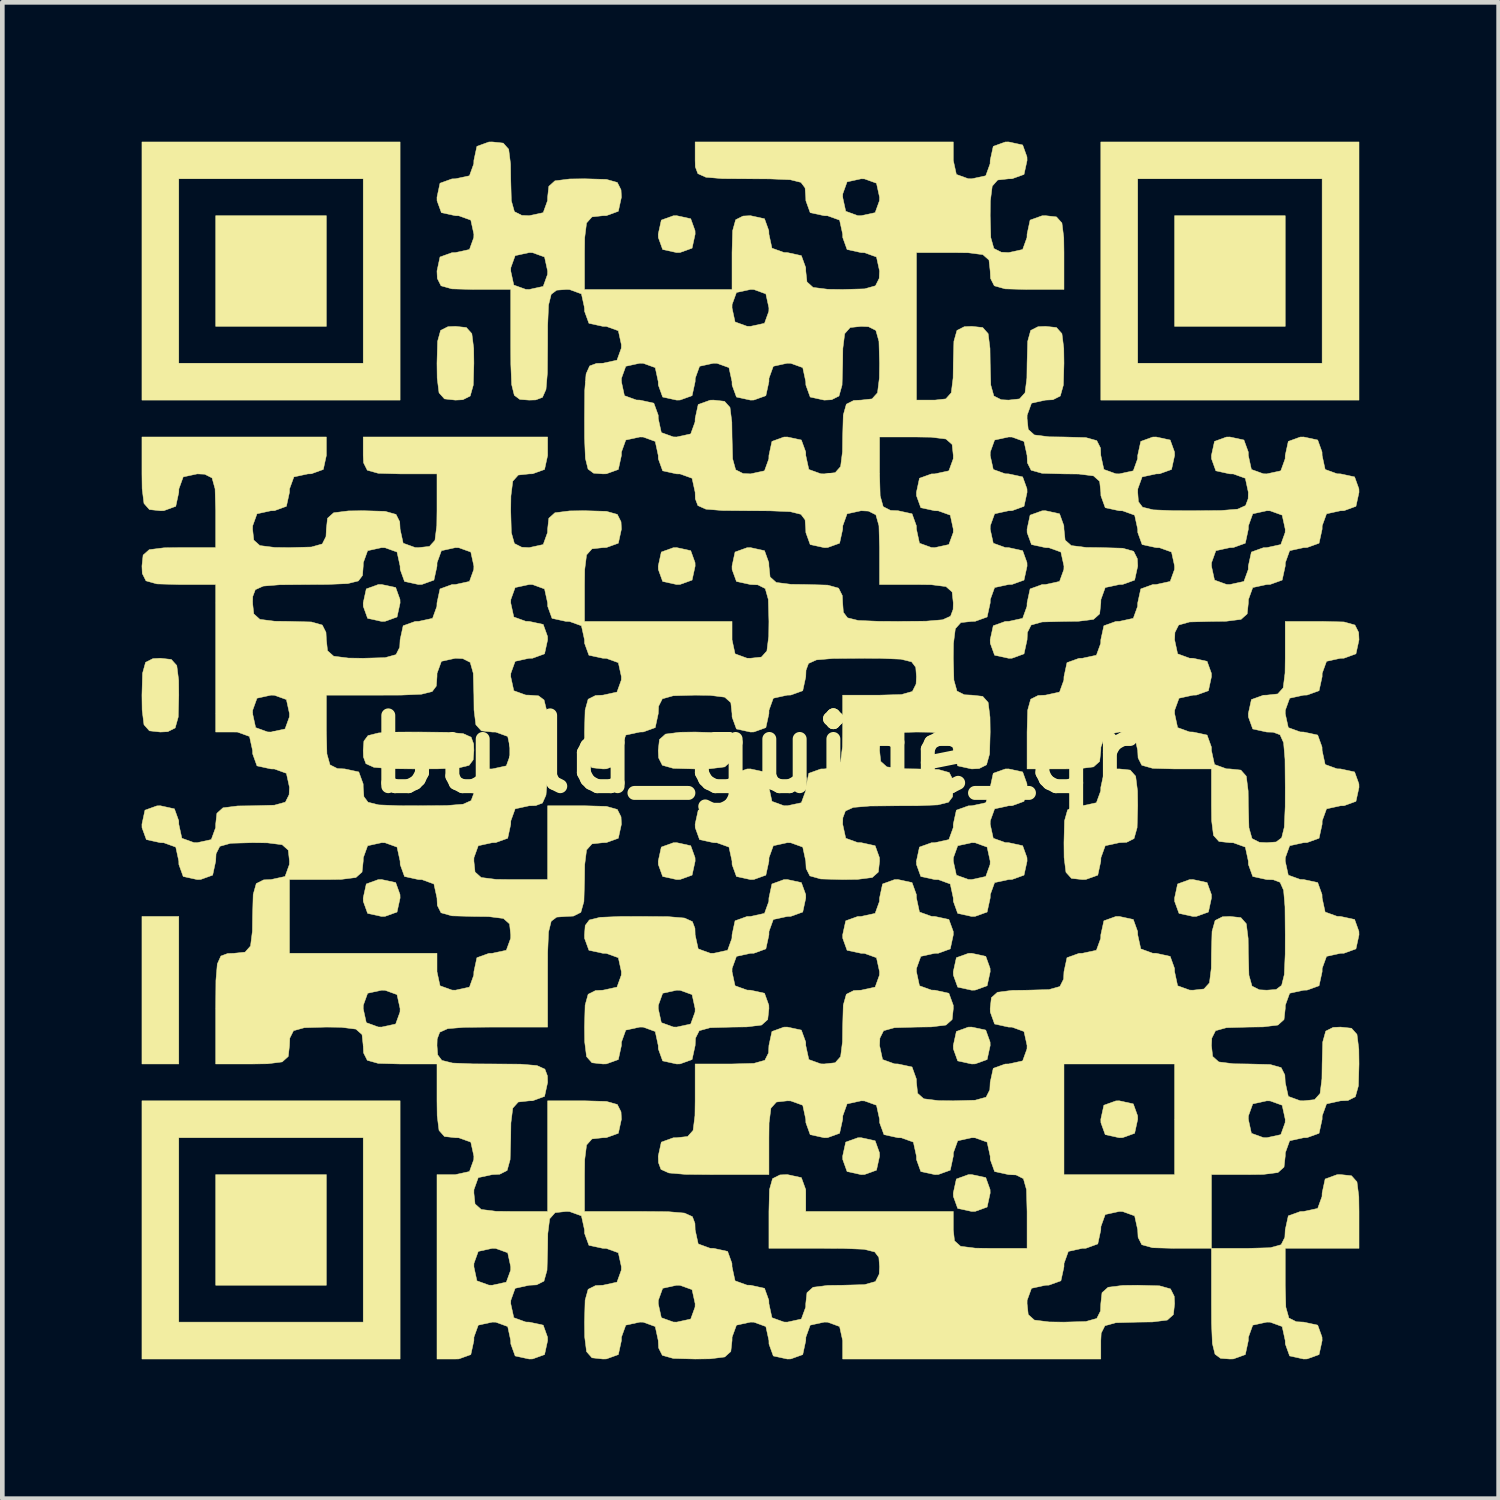
<source format=kicad_pcb>
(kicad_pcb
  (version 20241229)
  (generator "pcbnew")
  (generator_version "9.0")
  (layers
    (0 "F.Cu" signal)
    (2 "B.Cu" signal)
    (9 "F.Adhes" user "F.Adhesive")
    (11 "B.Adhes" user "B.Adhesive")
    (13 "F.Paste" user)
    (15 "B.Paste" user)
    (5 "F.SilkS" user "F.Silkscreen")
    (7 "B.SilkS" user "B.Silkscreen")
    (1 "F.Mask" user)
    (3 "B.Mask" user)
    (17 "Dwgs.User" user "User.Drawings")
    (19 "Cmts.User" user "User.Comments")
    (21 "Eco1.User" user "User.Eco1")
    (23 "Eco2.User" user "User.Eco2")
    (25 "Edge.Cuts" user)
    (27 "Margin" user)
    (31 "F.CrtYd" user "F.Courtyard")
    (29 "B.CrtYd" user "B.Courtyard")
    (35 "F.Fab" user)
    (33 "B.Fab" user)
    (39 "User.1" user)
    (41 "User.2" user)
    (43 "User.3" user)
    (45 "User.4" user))
  (footprint "build_guide_qr"
    (layer "F.Cu")
    (at 13.181 13.181)
    (property "Reference" "build_guide_qr" (at 0 0 0) (layer "F.SilkS") (effects (font (size 1.524 1.524) (thickness 0.3))))
    (attr through_hole)
    (fp_poly (pts (xy -12.383 6.668) (xy -13.176 6.668) (xy -13.176 3.493) (xy -12.383 3.493) (xy -12.383 6.668)) (stroke (width 0.01) (type solid)) (fill yes) (layer "F.SilkS"))
    (fp_poly (pts (xy -9.207 -9.207) (xy -11.589 -9.207) (xy -11.589 -11.589) (xy -9.207 -11.589) (xy -9.207 -9.207)) (stroke (width 0.01) (type solid)) (fill yes) (layer "F.SilkS"))
    (fp_poly (pts (xy -9.207 11.43) (xy -11.589 11.43) (xy -11.589 9.049) (xy -9.207 9.049) (xy -9.207 11.43)) (stroke (width 0.01) (type solid)) (fill yes) (layer "F.SilkS"))
    (fp_poly (pts (xy 11.43 -9.207) (xy 9.049 -9.207) (xy 9.049 -11.589) (xy 11.43 -11.589) (xy 11.43 -9.207)) (stroke (width 0.01) (type solid)) (fill yes) (layer "F.SilkS"))
    (fp_poly (pts (xy -7.62 -7.62) (xy -13.176 -7.62) (xy -13.176 -12.383) (xy -12.383 -12.383) (xy -12.383 -8.414) (xy -8.414 -8.414) (xy -8.414 -12.383) (xy -12.383 -12.383) (xy -13.176 -12.383) (xy -13.176 -13.176) (xy -7.62 -13.176) (xy -7.62 -7.62)) (stroke (width 0.01) (type solid)) (fill yes) (layer "F.SilkS"))
    (fp_poly (pts (xy -7.62 13.018) (xy -13.176 13.018) (xy -13.176 8.255) (xy -12.383 8.255) (xy -12.383 12.224) (xy -8.414 12.224) (xy -8.414 8.255) (xy -12.383 8.255) (xy -13.176 8.255) (xy -13.176 7.461) (xy -7.62 7.461) (xy -7.62 13.018)) (stroke (width 0.01) (type solid)) (fill yes) (layer "F.SilkS"))
    (fp_poly (pts (xy 13.018 -7.62) (xy 7.461 -7.62) (xy 7.461 -12.383) (xy 8.255 -12.383) (xy 8.255 -8.414) (xy 12.224 -8.414) (xy 12.224 -12.383) (xy 8.255 -12.383) (xy 7.461 -12.383) (xy 7.461 -13.176) (xy 13.018 -13.176) (xy 13.018 -7.62)) (stroke (width 0.01) (type solid)) (fill yes) (layer "F.SilkS"))
    (fp_poly (pts (xy -7.715 -3.586) (xy -7.622 -3.328) (xy -7.62 -3.254) (xy -7.686 -2.952) (xy -7.944 -2.859) (xy -8.017 -2.857) (xy -8.319 -2.923) (xy -8.412 -3.181) (xy -8.414 -3.254) (xy -8.348 -3.556) (xy -8.09 -3.65) (xy -8.017 -3.651) (xy -7.715 -3.586)) (stroke (width 0.01) (type solid)) (fill yes) (layer "F.SilkS"))
    (fp_poly (pts (xy -7.715 2.764) (xy -7.622 3.022) (xy -7.62 3.096) (xy -7.686 3.398) (xy -7.944 3.491) (xy -8.017 3.493) (xy -8.319 3.427) (xy -8.412 3.169) (xy -8.414 3.096) (xy -8.348 2.794) (xy -8.09 2.7) (xy -8.017 2.699) (xy -7.715 2.764)) (stroke (width 0.01) (type solid)) (fill yes) (layer "F.SilkS"))
    (fp_poly (pts (xy -1.365 -11.523) (xy -1.272 -11.265) (xy -1.27 -11.192) (xy -1.336 -10.89) (xy -1.594 -10.797) (xy -1.667 -10.795) (xy -1.969 -10.861) (xy -2.062 -11.119) (xy -2.064 -11.192) (xy -1.998 -11.494) (xy -1.74 -11.587) (xy -1.667 -11.589) (xy -1.365 -11.523)) (stroke (width 0.01) (type solid)) (fill yes) (layer "F.SilkS"))
    (fp_poly (pts (xy -1.365 -4.379) (xy -1.272 -4.121) (xy -1.27 -4.048) (xy -1.336 -3.746) (xy -1.594 -3.653) (xy -1.667 -3.651) (xy -1.969 -3.717) (xy -2.062 -3.975) (xy -2.064 -4.048) (xy -1.998 -4.35) (xy -1.74 -4.443) (xy -1.667 -4.445) (xy -1.365 -4.379)) (stroke (width 0.01) (type solid)) (fill yes) (layer "F.SilkS"))
    (fp_poly (pts (xy -1.365 1.971) (xy -1.272 2.229) (xy -1.27 2.302) (xy -1.336 2.604) (xy -1.594 2.697) (xy -1.667 2.699) (xy -1.969 2.633) (xy -2.062 2.375) (xy -2.064 2.302) (xy -1.998 2) (xy -1.74 1.907) (xy -1.667 1.905) (xy -1.365 1.971)) (stroke (width 0.01) (type solid)) (fill yes) (layer "F.SilkS"))
    (fp_poly (pts (xy 2.604 8.321) (xy 2.697 8.579) (xy 2.699 8.652) (xy 2.633 8.954) (xy 2.375 9.047) (xy 2.302 9.049) (xy 2 8.983) (xy 1.907 8.725) (xy 1.905 8.652) (xy 1.971 8.35) (xy 2.229 8.257) (xy 2.302 8.255) (xy 2.604 8.321)) (stroke (width 0.01) (type solid)) (fill yes) (layer "F.SilkS"))
    (fp_poly (pts (xy 4.985 4.352) (xy 5.078 4.61) (xy 5.08 4.683) (xy 5.014 4.985) (xy 4.756 5.078) (xy 4.683 5.08) (xy 4.381 5.014) (xy 4.288 4.756) (xy 4.286 4.683) (xy 4.352 4.381) (xy 4.61 4.288) (xy 4.683 4.286) (xy 4.985 4.352)) (stroke (width 0.01) (type solid)) (fill yes) (layer "F.SilkS"))
    (fp_poly (pts (xy 4.985 5.939) (xy 5.078 6.197) (xy 5.08 6.271) (xy 5.014 6.573) (xy 4.756 6.666) (xy 4.683 6.668) (xy 4.381 6.602) (xy 4.288 6.344) (xy 4.286 6.271) (xy 4.352 5.969) (xy 4.61 5.875) (xy 4.683 5.874) (xy 4.985 5.939)) (stroke (width 0.01) (type solid)) (fill yes) (layer "F.SilkS"))
    (fp_poly (pts (xy 4.985 9.114) (xy 5.078 9.372) (xy 5.08 9.446) (xy 5.014 9.748) (xy 4.756 9.841) (xy 4.683 9.842) (xy 4.381 9.777) (xy 4.288 9.519) (xy 4.286 9.446) (xy 4.352 9.144) (xy 4.61 9.05) (xy 4.683 9.049) (xy 4.985 9.114)) (stroke (width 0.01) (type solid)) (fill yes) (layer "F.SilkS"))
    (fp_poly (pts (xy 8.16 7.527) (xy 8.253 7.785) (xy 8.255 7.858) (xy 8.189 8.16) (xy 7.931 8.253) (xy 7.858 8.255) (xy 7.556 8.189) (xy 7.463 7.931) (xy 7.461 7.858) (xy 7.527 7.556) (xy 7.785 7.463) (xy 7.858 7.461) (xy 8.16 7.527)) (stroke (width 0.01) (type solid)) (fill yes) (layer "F.SilkS"))
    (fp_poly (pts (xy 9.748 2.764) (xy 9.841 3.022) (xy 9.842 3.096) (xy 9.777 3.398) (xy 9.519 3.491) (xy 9.446 3.493) (xy 9.144 3.427) (xy 9.05 3.169) (xy 9.049 3.096) (xy 9.114 2.794) (xy 9.372 2.7) (xy 9.446 2.699) (xy 9.748 2.764)) (stroke (width 0.01) (type solid)) (fill yes) (layer "F.SilkS"))
    (fp_poly (pts (xy -12.544 -2.038) (xy -12.426 -1.907) (xy -12.386 -1.589) (xy -12.383 -1.27) (xy -12.395 -0.799) (xy -12.461 -0.564) (xy -12.62 -0.484) (xy -12.779 -0.476) (xy -13.015 -0.502) (xy -13.132 -0.633) (xy -13.172 -0.951) (xy -13.176 -1.27) (xy -13.163 -1.741) (xy -13.098 -1.976) (xy -12.939 -2.056) (xy -12.779 -2.064) (xy -12.544 -2.038)) (stroke (width 0.01) (type solid)) (fill yes) (layer "F.SilkS"))
    (fp_poly (pts (xy -6.194 -9.182) (xy -6.076 -9.05) (xy -6.036 -8.732) (xy -6.032 -8.414) (xy -6.045 -7.943) (xy -6.111 -7.708) (xy -6.27 -7.628) (xy -6.429 -7.62) (xy -6.665 -7.646) (xy -6.782 -7.777) (xy -6.822 -8.095) (xy -6.826 -8.414) (xy -6.813 -8.885) (xy -6.748 -9.12) (xy -6.589 -9.2) (xy -6.429 -9.207) (xy -6.194 -9.182)) (stroke (width 0.01) (type solid)) (fill yes) (layer "F.SilkS"))
    (fp_poly (pts (xy -0.799 -0.463) (xy -0.564 -0.398) (xy -0.484 -0.239) (xy -0.476 -0.079) (xy -0.502 0.156) (xy -0.633 0.274) (xy -0.951 0.314) (xy -1.27 0.318) (xy -1.741 0.305) (xy -1.976 0.239) (xy -2.056 0.08) (xy -2.064 -0.079) (xy -2.038 -0.315) (xy -1.907 -0.432) (xy -1.589 -0.472) (xy -1.27 -0.476) (xy -0.799 -0.463)) (stroke (width 0.01) (type solid)) (fill yes) (layer "F.SilkS"))
    (fp_poly (pts (xy -6.618 -0.471) (xy -6.263 -0.442) (xy -6.091 -0.365) (xy -6.037 -0.219) (xy -6.032 -0.079) (xy -6.047 0.122) (xy -6.136 0.241) (xy -6.367 0.298) (xy -6.805 0.316) (xy -7.223 0.318) (xy -7.829 0.313) (xy -8.184 0.283) (xy -8.355 0.206) (xy -8.409 0.06) (xy -8.414 -0.079) (xy -8.399 -0.281) (xy -8.31 -0.4) (xy -8.08 -0.457) (xy -7.641 -0.475) (xy -7.223 -0.476) (xy -6.618 -0.471)) (stroke (width 0.01) (type solid)) (fill yes) (layer "F.SilkS"))
    (fp_poly (pts (xy 8.094 0.343) (xy 8.211 0.475) (xy 8.251 0.793) (xy 8.255 1.111) (xy 8.242 1.582) (xy 8.176 1.817) (xy 8.017 1.897) (xy 7.858 1.905) (xy 7.556 1.971) (xy 7.463 2.229) (xy 7.461 2.302) (xy 7.396 2.604) (xy 7.138 2.697) (xy 7.064 2.699) (xy 6.829 2.673) (xy 6.711 2.542) (xy 6.671 2.224) (xy 6.668 1.905) (xy 6.68 1.434) (xy 6.746 1.199) (xy 6.905 1.119) (xy 7.064 1.111) (xy 7.366 1.046) (xy 7.46 0.788) (xy 7.461 0.714) (xy 7.527 0.412) (xy 7.785 0.319) (xy 7.858 0.318) (xy 8.094 0.343)) (stroke (width 0.01) (type solid)) (fill yes) (layer "F.SilkS"))
    (fp_poly (pts (xy 12.856 9.074) (xy 12.974 9.206) (xy 13.014 9.524) (xy 13.018 9.842) (xy 13.018 10.636) (xy 11.43 10.636) (xy 11.43 11.43) (xy 11.443 11.901) (xy 11.509 12.136) (xy 11.668 12.216) (xy 11.827 12.224) (xy 12.129 12.289) (xy 12.222 12.547) (xy 12.224 12.621) (xy 12.158 12.923) (xy 11.9 13.016) (xy 11.827 13.018) (xy 11.525 12.952) (xy 11.432 12.694) (xy 11.43 12.621) (xy 11.364 12.319) (xy 11.106 12.225) (xy 11.033 12.224) (xy 10.731 12.289) (xy 10.638 12.547) (xy 10.636 12.621) (xy 10.571 12.923) (xy 10.313 13.016) (xy 10.239 13.018) (xy 10.038 13.003) (xy 9.919 12.914) (xy 9.862 12.683) (xy 9.844 12.245) (xy 9.842 11.827) (xy 9.842 10.636) (xy 10.636 10.636) (xy 11.107 10.623) (xy 11.342 10.558) (xy 11.422 10.399) (xy 11.43 10.239) (xy 11.496 9.937) (xy 11.754 9.844) (xy 11.827 9.842) (xy 12.129 9.777) (xy 12.222 9.519) (xy 12.224 9.446) (xy 12.289 9.144) (xy 12.547 9.05) (xy 12.621 9.049) (xy 12.856 9.074)) (stroke (width 0.01) (type solid)) (fill yes) (layer "F.SilkS"))
    (fp_poly (pts (xy 6.573 -5.173) (xy 6.666 -4.915) (xy 6.668 -4.842) (xy 6.693 -4.606) (xy 6.825 -4.489) (xy 7.143 -4.449) (xy 7.461 -4.445) (xy 7.932 -4.432) (xy 8.167 -4.366) (xy 8.247 -4.207) (xy 8.255 -4.048) (xy 8.189 -3.746) (xy 7.931 -3.653) (xy 7.858 -3.651) (xy 7.556 -3.586) (xy 7.463 -3.328) (xy 7.461 -3.254) (xy 7.436 -3.019) (xy 7.304 -2.901) (xy 6.986 -2.861) (xy 6.668 -2.857) (xy 6.196 -2.845) (xy 5.961 -2.779) (xy 5.881 -2.62) (xy 5.874 -2.461) (xy 5.808 -2.159) (xy 5.55 -2.065) (xy 5.477 -2.064) (xy 5.175 -2.129) (xy 5.082 -2.387) (xy 5.08 -2.461) (xy 5.146 -2.763) (xy 5.404 -2.856) (xy 5.477 -2.857) (xy 5.779 -2.923) (xy 5.872 -3.181) (xy 5.874 -3.254) (xy 5.939 -3.556) (xy 6.197 -3.65) (xy 6.271 -3.651) (xy 6.573 -3.717) (xy 6.666 -3.975) (xy 6.668 -4.048) (xy 6.602 -4.35) (xy 6.344 -4.443) (xy 6.271 -4.445) (xy 5.969 -4.511) (xy 5.875 -4.769) (xy 5.874 -4.842) (xy 5.939 -5.144) (xy 6.197 -5.237) (xy 6.271 -5.239) (xy 6.573 -5.173)) (stroke (width 0.01) (type solid)) (fill yes) (layer "F.SilkS"))
    (fp_poly (pts (xy 5.779 0.383) (xy 5.872 0.641) (xy 5.874 0.714) (xy 5.808 1.016) (xy 5.55 1.11) (xy 5.477 1.111) (xy 5.175 1.177) (xy 5.082 1.435) (xy 5.08 1.508) (xy 5.146 1.81) (xy 5.404 1.903) (xy 5.477 1.905) (xy 5.779 1.971) (xy 5.872 2.229) (xy 5.874 2.302) (xy 5.808 2.604) (xy 5.55 2.697) (xy 5.477 2.699) (xy 5.175 2.764) (xy 5.082 3.022) (xy 5.08 3.096) (xy 5.014 3.398) (xy 4.756 3.491) (xy 4.683 3.493) (xy 4.381 3.427) (xy 4.288 3.169) (xy 4.286 3.096) (xy 4.221 2.794) (xy 3.963 2.7) (xy 3.889 2.699) (xy 3.587 2.633) (xy 3.494 2.375) (xy 3.493 2.302) (xy 4.286 2.302) (xy 4.352 2.604) (xy 4.61 2.697) (xy 4.683 2.699) (xy 4.985 2.633) (xy 5.078 2.375) (xy 5.08 2.302) (xy 5.014 2) (xy 4.756 1.907) (xy 4.683 1.905) (xy 4.381 1.971) (xy 4.288 2.229) (xy 4.286 2.302) (xy 3.493 2.302) (xy 3.558 2) (xy 3.816 1.907) (xy 3.889 1.905) (xy 4.191 1.839) (xy 4.285 1.581) (xy 4.286 1.508) (xy 4.352 1.206) (xy 4.61 1.113) (xy 4.683 1.111) (xy 4.985 1.046) (xy 5.078 0.788) (xy 5.08 0.714) (xy 5.146 0.412) (xy 5.404 0.319) (xy 5.477 0.318) (xy 5.779 0.383)) (stroke (width 0.01) (type solid)) (fill yes) (layer "F.SilkS"))
    (fp_poly (pts (xy 1.016 2.764) (xy 1.11 3.022) (xy 1.111 3.096) (xy 1.046 3.398) (xy 0.788 3.491) (xy 0.714 3.493) (xy 0.412 3.558) (xy 0.319 3.816) (xy 0.318 3.889) (xy 0.252 4.191) (xy -0.006 4.285) (xy -0.079 4.286) (xy -0.381 4.352) (xy -0.475 4.61) (xy -0.476 4.683) (xy -0.411 4.985) (xy -0.153 5.078) (xy -0.079 5.08) (xy 0.223 5.146) (xy 0.316 5.404) (xy 0.318 5.477) (xy 0.292 5.712) (xy 0.16 5.83) (xy -0.158 5.87) (xy -0.476 5.874) (xy -0.947 5.887) (xy -1.182 5.952) (xy -1.262 6.111) (xy -1.27 6.271) (xy -1.336 6.573) (xy -1.594 6.666) (xy -1.667 6.668) (xy -1.969 6.602) (xy -2.062 6.344) (xy -2.064 6.271) (xy -2.129 5.969) (xy -2.387 5.875) (xy -2.461 5.874) (xy -2.763 5.939) (xy -2.856 6.197) (xy -2.857 6.271) (xy -2.923 6.573) (xy -3.181 6.666) (xy -3.254 6.668) (xy -3.49 6.642) (xy -3.607 6.51) (xy -3.647 6.192) (xy -3.651 5.874) (xy -3.64 5.477) (xy -2.064 5.477) (xy -1.998 5.779) (xy -1.74 5.872) (xy -1.667 5.874) (xy -1.365 5.808) (xy -1.272 5.55) (xy -1.27 5.477) (xy -1.336 5.175) (xy -1.594 5.082) (xy -1.667 5.08) (xy -1.969 5.146) (xy -2.062 5.404) (xy -2.064 5.477) (xy -3.64 5.477) (xy -3.638 5.403) (xy -3.573 5.168) (xy -3.414 5.088) (xy -3.254 5.08) (xy -2.952 5.014) (xy -2.859 4.756) (xy -2.857 4.683) (xy -2.923 4.381) (xy -3.181 4.288) (xy -3.254 4.286) (xy -3.556 4.221) (xy -3.65 3.963) (xy -3.651 3.889) (xy -3.636 3.688) (xy -3.547 3.569) (xy -3.317 3.512) (xy -2.879 3.494) (xy -2.461 3.493) (xy -1.855 3.497) (xy -1.5 3.527) (xy -1.329 3.604) (xy -1.274 3.75) (xy -1.27 3.889) (xy -1.204 4.191) (xy -0.946 4.285) (xy -0.873 4.286) (xy -0.571 4.221) (xy -0.478 3.963) (xy -0.476 3.889) (xy -0.411 3.587) (xy -0.153 3.494) (xy -0.079 3.493) (xy 0.223 3.427) (xy 0.316 3.169) (xy 0.318 3.096) (xy 0.383 2.794) (xy 0.641 2.7) (xy 0.714 2.699) (xy 1.016 2.764)) (stroke (width 0.01) (type solid)) (fill yes) (layer "F.SilkS"))
    (fp_poly (pts (xy 4.286 -12.779) (xy 4.352 -12.477) (xy 4.61 -12.384) (xy 4.683 -12.383) (xy 4.985 -12.448) (xy 5.078 -12.706) (xy 5.08 -12.779) (xy 5.146 -13.081) (xy 5.404 -13.175) (xy 5.477 -13.176) (xy 5.779 -13.111) (xy 5.872 -12.853) (xy 5.874 -12.779) (xy 5.808 -12.477) (xy 5.55 -12.384) (xy 5.477 -12.383) (xy 5.241 -12.357) (xy 5.124 -12.225) (xy 5.084 -11.907) (xy 5.08 -11.589) (xy 5.093 -11.118) (xy 5.159 -10.883) (xy 5.318 -10.803) (xy 5.477 -10.795) (xy 5.779 -10.861) (xy 5.872 -11.119) (xy 5.874 -11.192) (xy 5.939 -11.494) (xy 6.197 -11.587) (xy 6.271 -11.589) (xy 6.506 -11.563) (xy 6.624 -11.432) (xy 6.664 -11.114) (xy 6.668 -10.795) (xy 6.668 -10.001) (xy 5.874 -10.001) (xy 5.403 -10.014) (xy 5.168 -10.08) (xy 5.088 -10.239) (xy 5.08 -10.398) (xy 5.054 -10.634) (xy 4.923 -10.751) (xy 4.605 -10.791) (xy 4.286 -10.795) (xy 3.493 -10.795) (xy 3.493 -7.62) (xy 3.889 -7.62) (xy 4.125 -7.646) (xy 4.242 -7.777) (xy 4.282 -8.095) (xy 4.286 -8.414) (xy 4.299 -8.885) (xy 4.365 -9.12) (xy 4.524 -9.2) (xy 4.683 -9.207) (xy 4.919 -9.182) (xy 5.036 -9.05) (xy 5.076 -8.732) (xy 5.08 -8.414) (xy 5.093 -7.943) (xy 5.159 -7.708) (xy 5.318 -7.628) (xy 5.477 -7.62) (xy 5.712 -7.646) (xy 5.83 -7.777) (xy 5.87 -8.095) (xy 5.874 -8.414) (xy 5.887 -8.885) (xy 5.952 -9.12) (xy 6.111 -9.2) (xy 6.271 -9.207) (xy 6.506 -9.182) (xy 6.624 -9.05) (xy 6.664 -8.732) (xy 6.668 -8.414) (xy 6.655 -7.943) (xy 6.589 -7.708) (xy 6.43 -7.628) (xy 6.271 -7.62) (xy 5.969 -7.554) (xy 5.875 -7.296) (xy 5.874 -7.223) (xy 5.899 -6.988) (xy 6.031 -6.87) (xy 6.349 -6.83) (xy 6.668 -6.826) (xy 7.139 -6.813) (xy 7.374 -6.748) (xy 7.454 -6.589) (xy 7.461 -6.429) (xy 7.527 -6.127) (xy 7.785 -6.034) (xy 7.858 -6.032) (xy 8.16 -6.098) (xy 8.253 -6.356) (xy 8.255 -6.429) (xy 8.321 -6.731) (xy 8.579 -6.825) (xy 8.652 -6.826) (xy 8.954 -6.761) (xy 9.047 -6.503) (xy 9.049 -6.429) (xy 8.983 -6.127) (xy 8.725 -6.034) (xy 8.652 -6.032) (xy 8.35 -5.967) (xy 8.257 -5.709) (xy 8.255 -5.636) (xy 8.27 -5.434) (xy 8.359 -5.315) (xy 8.589 -5.258) (xy 9.027 -5.24) (xy 9.446 -5.239) (xy 10.051 -5.244) (xy 10.406 -5.273) (xy 10.577 -5.35) (xy 10.632 -5.496) (xy 10.636 -5.636) (xy 10.571 -5.938) (xy 10.313 -6.031) (xy 10.239 -6.032) (xy 9.937 -6.098) (xy 9.844 -6.356) (xy 9.842 -6.429) (xy 9.908 -6.731) (xy 10.166 -6.825) (xy 10.239 -6.826) (xy 10.541 -6.761) (xy 10.635 -6.503) (xy 10.636 -6.429) (xy 10.702 -6.127) (xy 10.96 -6.034) (xy 11.033 -6.032) (xy 11.335 -6.098) (xy 11.428 -6.356) (xy 11.43 -6.429) (xy 11.496 -6.731) (xy 11.754 -6.825) (xy 11.827 -6.826) (xy 12.129 -6.761) (xy 12.222 -6.503) (xy 12.224 -6.429) (xy 12.289 -6.127) (xy 12.547 -6.034) (xy 12.621 -6.032) (xy 12.923 -5.967) (xy 13.016 -5.709) (xy 13.018 -5.636) (xy 12.952 -5.334) (xy 12.694 -5.24) (xy 12.621 -5.239) (xy 12.319 -5.173) (xy 12.225 -4.915) (xy 12.224 -4.842) (xy 12.158 -4.54) (xy 11.9 -4.447) (xy 11.827 -4.445) (xy 11.525 -4.379) (xy 11.432 -4.121) (xy 11.43 -4.048) (xy 11.364 -3.746) (xy 11.106 -3.653) (xy 11.033 -3.651) (xy 10.731 -3.586) (xy 10.638 -3.328) (xy 10.636 -3.254) (xy 10.611 -3.019) (xy 10.479 -2.901) (xy 10.161 -2.861) (xy 9.842 -2.857) (xy 9.371 -2.845) (xy 9.136 -2.779) (xy 9.056 -2.62) (xy 9.049 -2.461) (xy 9.114 -2.159) (xy 9.372 -2.065) (xy 9.446 -2.064) (xy 9.748 -1.998) (xy 9.841 -1.74) (xy 9.842 -1.667) (xy 9.777 -1.365) (xy 9.519 -1.272) (xy 9.446 -1.27) (xy 9.144 -1.204) (xy 9.05 -0.946) (xy 9.049 -0.873) (xy 9.114 -0.571) (xy 9.372 -0.478) (xy 9.446 -0.476) (xy 9.748 -0.411) (xy 9.841 -0.153) (xy 9.842 -0.079) (xy 9.908 0.223) (xy 10.166 0.316) (xy 10.239 0.318) (xy 10.475 0.343) (xy 10.592 0.475) (xy 10.632 0.793) (xy 10.636 1.111) (xy 10.649 1.582) (xy 10.715 1.817) (xy 10.874 1.897) (xy 11.033 1.905) (xy 11.235 1.89) (xy 11.353 1.801) (xy 11.41 1.571) (xy 11.429 1.133) (xy 11.43 0.714) (xy 11.425 0.109) (xy 11.395 -0.246) (xy 11.319 -0.417) (xy 11.173 -0.472) (xy 11.033 -0.476) (xy 10.731 -0.542) (xy 10.638 -0.8) (xy 10.636 -0.873) (xy 10.702 -1.175) (xy 10.96 -1.268) (xy 11.033 -1.27) (xy 11.269 -1.296) (xy 11.386 -1.427) (xy 11.426 -1.745) (xy 11.43 -2.064) (xy 11.43 -2.857) (xy 12.224 -2.857) (xy 12.695 -2.845) (xy 12.93 -2.779) (xy 13.01 -2.62) (xy 13.018 -2.461) (xy 12.952 -2.159) (xy 12.694 -2.065) (xy 12.621 -2.064) (xy 12.319 -1.998) (xy 12.225 -1.74) (xy 12.224 -1.667) (xy 12.158 -1.365) (xy 11.9 -1.272) (xy 11.827 -1.27) (xy 11.525 -1.204) (xy 11.432 -0.946) (xy 11.43 -0.873) (xy 11.496 -0.571) (xy 11.754 -0.478) (xy 11.827 -0.476) (xy 12.129 -0.411) (xy 12.222 -0.153) (xy 12.224 -0.079) (xy 12.289 0.223) (xy 12.547 0.316) (xy 12.621 0.318) (xy 12.923 0.383) (xy 13.016 0.641) (xy 13.018 0.714) (xy 12.952 1.016) (xy 12.694 1.11) (xy 12.621 1.111) (xy 12.319 1.177) (xy 12.225 1.435) (xy 12.224 1.508) (xy 12.158 1.81) (xy 11.9 1.903) (xy 11.827 1.905) (xy 11.525 1.971) (xy 11.432 2.229) (xy 11.43 2.302) (xy 11.496 2.604) (xy 11.754 2.697) (xy 11.827 2.699) (xy 12.129 2.764) (xy 12.222 3.022) (xy 12.224 3.096) (xy 12.289 3.398) (xy 12.547 3.491) (xy 12.621 3.493) (xy 12.923 3.558) (xy 13.016 3.816) (xy 13.018 3.889) (xy 12.952 4.191) (xy 12.694 4.285) (xy 12.621 4.286) (xy 12.319 4.352) (xy 12.225 4.61) (xy 12.224 4.683) (xy 12.158 4.985) (xy 11.9 5.078) (xy 11.827 5.08) (xy 11.525 5.146) (xy 11.432 5.404) (xy 11.43 5.477) (xy 11.404 5.712) (xy 11.273 5.83) (xy 10.955 5.87) (xy 10.636 5.874) (xy 10.165 5.887) (xy 9.93 5.952) (xy 9.85 6.111) (xy 9.842 6.271) (xy 9.868 6.506) (xy 10 6.624) (xy 10.318 6.664) (xy 10.636 6.668) (xy 11.107 6.68) (xy 11.342 6.746) (xy 11.422 6.905) (xy 11.43 7.064) (xy 11.496 7.366) (xy 11.754 7.46) (xy 11.827 7.461) (xy 12.062 7.436) (xy 12.18 7.304) (xy 12.22 6.986) (xy 12.224 6.668) (xy 12.237 6.196) (xy 12.302 5.961) (xy 12.461 5.881) (xy 12.621 5.874) (xy 12.856 5.899) (xy 12.974 6.031) (xy 13.014 6.349) (xy 13.018 6.668) (xy 13.005 7.139) (xy 12.939 7.374) (xy 12.78 7.454) (xy 12.621 7.461) (xy 12.319 7.527) (xy 12.225 7.785) (xy 12.224 7.858) (xy 12.158 8.16) (xy 11.9 8.253) (xy 11.827 8.255) (xy 11.525 8.321) (xy 11.432 8.579) (xy 11.43 8.652) (xy 11.404 8.887) (xy 11.273 9.005) (xy 10.955 9.045) (xy 10.636 9.049) (xy 9.842 9.049) (xy 9.842 10.636) (xy 9.049 10.636) (xy 8.578 10.623) (xy 8.343 10.558) (xy 8.263 10.399) (xy 8.255 10.239) (xy 8.189 9.937) (xy 7.931 9.844) (xy 7.858 9.842) (xy 7.556 9.908) (xy 7.463 10.166) (xy 7.461 10.239) (xy 7.396 10.541) (xy 7.138 10.635) (xy 7.064 10.636) (xy 6.762 10.702) (xy 6.669 10.96) (xy 6.668 11.033) (xy 6.602 11.335) (xy 6.344 11.428) (xy 6.271 11.43) (xy 5.969 11.496) (xy 5.875 11.754) (xy 5.874 11.827) (xy 5.899 12.062) (xy 6.031 12.18) (xy 6.349 12.22) (xy 6.668 12.224) (xy 7.139 12.211) (xy 7.374 12.145) (xy 7.454 11.986) (xy 7.461 11.827) (xy 7.487 11.591) (xy 7.618 11.474) (xy 7.936 11.434) (xy 8.255 11.43) (xy 8.726 11.443) (xy 8.961 11.509) (xy 9.041 11.668) (xy 9.049 11.827) (xy 9.023 12.062) (xy 8.892 12.18) (xy 8.574 12.22) (xy 8.255 12.224) (xy 7.784 12.237) (xy 7.549 12.302) (xy 7.469 12.461) (xy 7.461 12.621) (xy 7.461 13.018) (xy 1.905 13.018) (xy 1.905 12.621) (xy 1.839 12.319) (xy 1.581 12.225) (xy 1.508 12.224) (xy 1.206 12.289) (xy 1.113 12.547) (xy 1.111 12.621) (xy 1.046 12.923) (xy 0.788 13.016) (xy 0.714 13.018) (xy 0.412 12.952) (xy 0.319 12.694) (xy 0.318 12.621) (xy 0.252 12.319) (xy -0.006 12.225) (xy -0.079 12.224) (xy -0.381 12.289) (xy -0.475 12.547) (xy -0.476 12.621) (xy -0.502 12.856) (xy -0.633 12.974) (xy -0.951 13.014) (xy -1.27 13.018) (xy -1.741 13.005) (xy -1.976 12.939) (xy -2.056 12.78) (xy -2.064 12.621) (xy -2.129 12.319) (xy -2.387 12.225) (xy -2.461 12.224) (xy -2.763 12.289) (xy -2.856 12.547) (xy -2.857 12.621) (xy -2.923 12.923) (xy -3.181 13.016) (xy -3.254 13.018) (xy -3.49 12.992) (xy -3.607 12.86) (xy -3.647 12.542) (xy -3.651 12.224) (xy -3.64 11.827) (xy -2.064 11.827) (xy -1.998 12.129) (xy -1.74 12.222) (xy -1.667 12.224) (xy -1.365 12.158) (xy -1.272 11.9) (xy -1.27 11.827) (xy -1.336 11.525) (xy -1.594 11.432) (xy -1.667 11.43) (xy -1.969 11.496) (xy -2.062 11.754) (xy -2.064 11.827) (xy -3.64 11.827) (xy -3.638 11.753) (xy -3.573 11.518) (xy -3.414 11.438) (xy -3.254 11.43) (xy -2.952 11.364) (xy -2.859 11.106) (xy -2.857 11.033) (xy -2.923 10.731) (xy -3.181 10.638) (xy -3.254 10.636) (xy -3.556 10.571) (xy -3.65 10.313) (xy -3.651 10.239) (xy -3.717 9.937) (xy -3.975 9.844) (xy -4.048 9.842) (xy -4.284 9.868) (xy -4.401 10) (xy -4.441 10.318) (xy -4.445 10.636) (xy -4.458 11.107) (xy -4.524 11.342) (xy -4.683 11.422) (xy -4.842 11.43) (xy -5.144 11.496) (xy -5.237 11.754) (xy -5.239 11.827) (xy -5.173 12.129) (xy -4.915 12.222) (xy -4.842 12.224) (xy -4.54 12.289) (xy -4.447 12.547) (xy -4.445 12.621) (xy -4.511 12.923) (xy -4.769 13.016) (xy -4.842 13.018) (xy -5.144 12.952) (xy -5.237 12.694) (xy -5.239 12.621) (xy -5.304 12.319) (xy -5.562 12.225) (xy -5.636 12.224) (xy -5.938 12.289) (xy -6.031 12.547) (xy -6.032 12.621) (xy -6.098 12.923) (xy -6.356 13.016) (xy -6.429 13.018) (xy -6.826 13.018) (xy -6.826 11.033) (xy -6.032 11.033) (xy -5.967 11.335) (xy -5.709 11.428) (xy -5.636 11.43) (xy -5.334 11.364) (xy -5.24 11.106) (xy -5.239 11.033) (xy -5.304 10.731) (xy -5.562 10.638) (xy -5.636 10.636) (xy -5.938 10.702) (xy -6.031 10.96) (xy -6.032 11.033) (xy -6.826 11.033) (xy -6.826 9.049) (xy -6.429 9.049) (xy -6.127 8.983) (xy -6.034 8.725) (xy -6.032 8.652) (xy -6.098 8.35) (xy -6.356 8.257) (xy -6.429 8.255) (xy -6.665 8.229) (xy -6.782 8.098) (xy -6.822 7.78) (xy -6.826 7.461) (xy -6.826 6.668) (xy -7.62 6.668) (xy -8.091 6.655) (xy -8.326 6.589) (xy -8.406 6.43) (xy -8.414 6.271) (xy -6.826 6.271) (xy -6.811 6.472) (xy -6.722 6.591) (xy -6.492 6.648) (xy -6.054 6.666) (xy -5.636 6.668) (xy -5.03 6.672) (xy -4.675 6.702) (xy -4.504 6.779) (xy -4.449 6.925) (xy -4.445 7.064) (xy -4.511 7.366) (xy -4.769 7.46) (xy -4.842 7.461) (xy -5.077 7.487) (xy -5.195 7.618) (xy -5.235 7.936) (xy -5.239 8.255) (xy -5.252 8.726) (xy -5.317 8.961) (xy -5.476 9.041) (xy -5.636 9.049) (xy -5.938 9.114) (xy -6.031 9.372) (xy -6.032 9.446) (xy -6.007 9.681) (xy -5.875 9.799) (xy -5.557 9.839) (xy -5.239 9.842) (xy -4.445 9.842) (xy -4.445 7.461) (xy -3.651 7.461) (xy -3.18 7.474) (xy -2.945 7.54) (xy -2.865 7.699) (xy -2.857 7.858) (xy -2.923 8.16) (xy -3.181 8.253) (xy -3.254 8.255) (xy -3.49 8.281) (xy -3.607 8.412) (xy -3.647 8.73) (xy -3.651 9.049) (xy -3.651 9.842) (xy -2.461 9.842) (xy -1.855 9.847) (xy -1.5 9.877) (xy -1.329 9.954) (xy -1.274 10.1) (xy -1.27 10.239) (xy -1.204 10.541) (xy -0.946 10.635) (xy -0.873 10.636) (xy -0.571 10.702) (xy -0.478 10.96) (xy -0.476 11.033) (xy -0.411 11.335) (xy -0.153 11.428) (xy -0.079 11.43) (xy 0.223 11.496) (xy 0.316 11.754) (xy 0.318 11.827) (xy 0.383 12.129) (xy 0.641 12.222) (xy 0.714 12.224) (xy 1.016 12.158) (xy 1.11 11.9) (xy 1.111 11.827) (xy 1.137 11.591) (xy 1.268 11.474) (xy 1.586 11.434) (xy 1.905 11.43) (xy 2.376 11.417) (xy 2.611 11.351) (xy 2.691 11.192) (xy 2.699 11.033) (xy 2.684 10.831) (xy 2.595 10.713) (xy 2.365 10.656) (xy 1.926 10.638) (xy 1.508 10.636) (xy 0.318 10.636) (xy 0.318 9.842) (xy 0.33 9.371) (xy 0.396 9.136) (xy 0.555 9.056) (xy 0.714 9.049) (xy 1.016 9.114) (xy 1.11 9.372) (xy 1.111 9.446) (xy 1.111 9.842) (xy 4.286 9.842) (xy 4.286 10.239) (xy 4.312 10.475) (xy 4.443 10.592) (xy 4.761 10.632) (xy 5.08 10.636) (xy 5.874 10.636) (xy 5.874 9.842) (xy 5.861 9.371) (xy 5.795 9.136) (xy 5.636 9.056) (xy 5.477 9.049) (xy 5.175 8.983) (xy 5.082 8.725) (xy 5.08 8.652) (xy 5.014 8.35) (xy 4.756 8.257) (xy 4.683 8.255) (xy 4.381 8.321) (xy 4.288 8.579) (xy 4.286 8.652) (xy 4.221 8.954) (xy 3.963 9.047) (xy 3.889 9.049) (xy 3.587 8.983) (xy 3.494 8.725) (xy 3.493 8.652) (xy 3.427 8.35) (xy 3.169 8.257) (xy 3.096 8.255) (xy 2.794 8.189) (xy 2.7 7.931) (xy 2.699 7.858) (xy 2.633 7.556) (xy 2.375 7.463) (xy 2.302 7.461) (xy 2 7.527) (xy 1.907 7.785) (xy 1.905 7.858) (xy 1.839 8.16) (xy 1.581 8.253) (xy 1.508 8.255) (xy 1.206 8.189) (xy 1.113 7.931) (xy 1.111 7.858) (xy 1.046 7.556) (xy 0.788 7.463) (xy 0.714 7.461) (xy 0.479 7.487) (xy 0.361 7.618) (xy 0.321 7.936) (xy 0.318 8.255) (xy 0.318 9.049) (xy -0.873 9.049) (xy -1.479 9.044) (xy -1.834 9.014) (xy -2.005 8.937) (xy -2.059 8.791) (xy -2.064 8.652) (xy -1.998 8.35) (xy -1.74 8.257) (xy -1.667 8.255) (xy -1.431 8.229) (xy -1.314 8.098) (xy -1.274 7.78) (xy -1.27 7.461) (xy -1.27 6.668) (xy -0.476 6.668) (xy -0.005 6.655) (xy 0.23 6.589) (xy 0.31 6.43) (xy 0.318 6.271) (xy 0.383 5.969) (xy 0.641 5.875) (xy 0.714 5.874) (xy 1.016 5.939) (xy 1.11 6.197) (xy 1.111 6.271) (xy 1.177 6.573) (xy 1.435 6.666) (xy 1.508 6.668) (xy 1.744 6.642) (xy 1.861 6.51) (xy 1.901 6.192) (xy 1.905 5.874) (xy 1.918 5.403) (xy 1.984 5.168) (xy 2.143 5.088) (xy 2.302 5.08) (xy 2.604 5.014) (xy 2.697 4.756) (xy 2.699 4.683) (xy 2.633 4.381) (xy 2.375 4.288) (xy 2.302 4.286) (xy 2 4.221) (xy 1.907 3.963) (xy 1.905 3.889) (xy 1.971 3.587) (xy 2.229 3.494) (xy 2.302 3.493) (xy 2.604 3.427) (xy 2.697 3.169) (xy 2.699 3.096) (xy 2.764 2.794) (xy 3.022 2.7) (xy 3.096 2.699) (xy 3.398 2.764) (xy 3.491 3.022) (xy 3.493 3.096) (xy 3.558 3.398) (xy 3.816 3.491) (xy 3.889 3.493) (xy 4.191 3.558) (xy 4.285 3.816) (xy 4.286 3.889) (xy 4.221 4.191) (xy 3.963 4.285) (xy 3.889 4.286) (xy 3.587 4.352) (xy 3.494 4.61) (xy 3.493 4.683) (xy 3.558 4.985) (xy 3.816 5.078) (xy 3.889 5.08) (xy 4.191 5.146) (xy 4.285 5.404) (xy 4.286 5.477) (xy 4.261 5.712) (xy 4.129 5.83) (xy 3.811 5.87) (xy 3.493 5.874) (xy 3.021 5.887) (xy 2.786 5.952) (xy 2.706 6.111) (xy 2.699 6.271) (xy 2.764 6.573) (xy 3.022 6.666) (xy 3.096 6.668) (xy 3.398 6.733) (xy 3.491 6.991) (xy 3.493 7.064) (xy 3.518 7.3) (xy 3.65 7.417) (xy 3.968 7.457) (xy 4.286 7.461) (xy 4.757 7.448) (xy 4.992 7.383) (xy 5.072 7.224) (xy 5.08 7.064) (xy 5.146 6.762) (xy 5.404 6.669) (xy 5.477 6.668) (xy 6.668 6.668) (xy 6.668 9.049) (xy 9.049 9.049) (xy 9.049 7.858) (xy 10.636 7.858) (xy 10.702 8.16) (xy 10.96 8.253) (xy 11.033 8.255) (xy 11.335 8.189) (xy 11.428 7.931) (xy 11.43 7.858) (xy 11.364 7.556) (xy 11.106 7.463) (xy 11.033 7.461) (xy 10.731 7.527) (xy 10.638 7.785) (xy 10.636 7.858) (xy 9.049 7.858) (xy 9.049 6.668) (xy 6.668 6.668) (xy 5.477 6.668) (xy 5.779 6.602) (xy 5.872 6.344) (xy 5.874 6.271) (xy 5.808 5.969) (xy 5.55 5.875) (xy 5.477 5.874) (xy 5.175 5.808) (xy 5.082 5.55) (xy 5.08 5.477) (xy 5.106 5.241) (xy 5.237 5.124) (xy 5.555 5.084) (xy 5.874 5.08) (xy 6.345 5.067) (xy 6.58 5.001) (xy 6.66 4.842) (xy 6.668 4.683) (xy 6.733 4.381) (xy 6.991 4.288) (xy 7.064 4.286) (xy 7.366 4.221) (xy 7.46 3.963) (xy 7.461 3.889) (xy 7.527 3.587) (xy 7.785 3.494) (xy 7.858 3.493) (xy 8.16 3.558) (xy 8.253 3.816) (xy 8.255 3.889) (xy 8.321 4.191) (xy 8.579 4.285) (xy 8.652 4.286) (xy 8.954 4.352) (xy 9.047 4.61) (xy 9.049 4.683) (xy 9.114 4.985) (xy 9.372 5.078) (xy 9.446 5.08) (xy 9.681 5.054) (xy 9.799 4.923) (xy 9.839 4.605) (xy 9.842 4.286) (xy 9.855 3.815) (xy 9.921 3.58) (xy 10.08 3.5) (xy 10.239 3.493) (xy 10.475 3.518) (xy 10.592 3.65) (xy 10.632 3.968) (xy 10.636 4.286) (xy 10.649 4.757) (xy 10.715 4.992) (xy 10.874 5.072) (xy 11.033 5.08) (xy 11.235 5.065) (xy 11.353 4.976) (xy 11.41 4.746) (xy 11.429 4.308) (xy 11.43 3.889) (xy 11.425 3.284) (xy 11.395 2.929) (xy 11.319 2.758) (xy 11.173 2.703) (xy 11.033 2.699) (xy 10.731 2.633) (xy 10.638 2.375) (xy 10.636 2.302) (xy 10.571 2) (xy 10.313 1.907) (xy 10.239 1.905) (xy 10.004 1.879) (xy 9.886 1.748) (xy 9.846 1.43) (xy 9.842 1.111) (xy 9.842 0.318) (xy 9.049 0.318) (xy 8.578 0.305) (xy 8.343 0.239) (xy 8.263 0.08) (xy 8.255 -0.079) (xy 8.189 -0.381) (xy 7.931 -0.475) (xy 7.858 -0.476) (xy 7.556 -0.411) (xy 7.463 -0.153) (xy 7.461 -0.079) (xy 7.436 0.156) (xy 7.304 0.274) (xy 6.986 0.314) (xy 6.668 0.318) (xy 5.874 0.318) (xy 5.874 -0.476) (xy 5.887 -0.947) (xy 5.952 -1.182) (xy 6.111 -1.262) (xy 6.271 -1.27) (xy 6.573 -1.336) (xy 6.666 -1.594) (xy 6.668 -1.667) (xy 6.733 -1.969) (xy 6.991 -2.062) (xy 7.064 -2.064) (xy 7.366 -2.129) (xy 7.46 -2.387) (xy 7.461 -2.461) (xy 7.527 -2.763) (xy 7.785 -2.856) (xy 7.858 -2.857) (xy 8.16 -2.923) (xy 8.253 -3.181) (xy 8.255 -3.254) (xy 8.321 -3.556) (xy 8.579 -3.65) (xy 8.652 -3.651) (xy 8.954 -3.717) (xy 9.047 -3.975) (xy 9.049 -4.048) (xy 9.842 -4.048) (xy 9.908 -3.746) (xy 10.166 -3.653) (xy 10.239 -3.651) (xy 10.541 -3.717) (xy 10.635 -3.975) (xy 10.636 -4.048) (xy 10.702 -4.35) (xy 10.96 -4.443) (xy 11.033 -4.445) (xy 11.335 -4.511) (xy 11.428 -4.769) (xy 11.43 -4.842) (xy 11.364 -5.144) (xy 11.106 -5.237) (xy 11.033 -5.239) (xy 10.731 -5.173) (xy 10.638 -4.915) (xy 10.636 -4.842) (xy 10.571 -4.54) (xy 10.313 -4.447) (xy 10.239 -4.445) (xy 9.937 -4.379) (xy 9.844 -4.121) (xy 9.842 -4.048) (xy 9.049 -4.048) (xy 8.983 -4.35) (xy 8.725 -4.443) (xy 8.652 -4.445) (xy 8.35 -4.511) (xy 8.257 -4.769) (xy 8.255 -4.842) (xy 8.189 -5.144) (xy 7.931 -5.237) (xy 7.858 -5.239) (xy 7.556 -5.304) (xy 7.463 -5.562) (xy 7.461 -5.636) (xy 7.436 -5.871) (xy 7.304 -5.989) (xy 6.986 -6.029) (xy 6.668 -6.032) (xy 6.196 -6.045) (xy 5.961 -6.111) (xy 5.881 -6.27) (xy 5.874 -6.429) (xy 5.808 -6.731) (xy 5.55 -6.825) (xy 5.477 -6.826) (xy 5.175 -6.761) (xy 5.082 -6.503) (xy 5.08 -6.429) (xy 5.146 -6.127) (xy 5.404 -6.034) (xy 5.477 -6.032) (xy 5.779 -5.967) (xy 5.872 -5.709) (xy 5.874 -5.636) (xy 5.808 -5.334) (xy 5.55 -5.24) (xy 5.477 -5.239) (xy 5.175 -5.173) (xy 5.082 -4.915) (xy 5.08 -4.842) (xy 5.146 -4.54) (xy 5.404 -4.447) (xy 5.477 -4.445) (xy 5.779 -4.379) (xy 5.872 -4.121) (xy 5.874 -4.048) (xy 5.808 -3.746) (xy 5.55 -3.653) (xy 5.477 -3.651) (xy 5.175 -3.586) (xy 5.082 -3.328) (xy 5.08 -3.254) (xy 5.014 -2.952) (xy 4.756 -2.859) (xy 4.683 -2.857) (xy 4.448 -2.832) (xy 4.33 -2.7) (xy 4.29 -2.382) (xy 4.286 -2.064) (xy 4.299 -1.593) (xy 4.365 -1.358) (xy 4.524 -1.278) (xy 4.683 -1.27) (xy 4.919 -1.244) (xy 5.036 -1.113) (xy 5.076 -0.795) (xy 5.08 -0.476) (xy 5.067 -0.005) (xy 5.001 0.23) (xy 4.842 0.31) (xy 4.683 0.318) (xy 4.381 0.252) (xy 4.288 -0.006) (xy 4.286 -0.079) (xy 4.261 -0.315) (xy 4.129 -0.432) (xy 3.811 -0.472) (xy 3.493 -0.476) (xy 3.021 -0.463) (xy 2.786 -0.398) (xy 2.706 -0.239) (xy 2.699 -0.079) (xy 2.724 0.156) (xy 2.856 0.274) (xy 3.174 0.314) (xy 3.493 0.318) (xy 3.964 0.33) (xy 4.199 0.396) (xy 4.279 0.555) (xy 4.286 0.714) (xy 4.271 0.916) (xy 4.182 1.035) (xy 3.952 1.092) (xy 3.514 1.11) (xy 3.096 1.111) (xy 2.49 1.116) (xy 2.135 1.146) (xy 1.964 1.223) (xy 1.909 1.369) (xy 1.905 1.508) (xy 1.971 1.81) (xy 2.229 1.903) (xy 2.302 1.905) (xy 2.604 1.971) (xy 2.697 2.229) (xy 2.699 2.302) (xy 2.673 2.537) (xy 2.542 2.655) (xy 2.224 2.695) (xy 1.905 2.699) (xy 1.434 2.686) (xy 1.199 2.62) (xy 1.119 2.461) (xy 1.111 2.302) (xy 1.046 2) (xy 0.788 1.907) (xy 0.714 1.905) (xy 0.412 1.971) (xy 0.319 2.229) (xy 0.318 2.302) (xy 0.252 2.604) (xy -0.006 2.697) (xy -0.079 2.699) (xy -0.381 2.633) (xy -0.475 2.375) (xy -0.476 2.302) (xy -0.542 2) (xy -0.8 1.907) (xy -0.873 1.905) (xy -1.175 1.839) (xy -1.268 1.581) (xy -1.27 1.508) (xy -1.204 1.206) (xy -0.946 1.113) (xy -0.873 1.111) (xy -0.571 1.046) (xy -0.478 0.788) (xy -0.476 0.714) (xy -0.411 0.412) (xy -0.153 0.319) (xy -0.079 0.318) (xy 0.223 0.383) (xy 0.316 0.641) (xy 0.318 0.714) (xy 0.383 1.016) (xy 0.641 1.11) (xy 0.714 1.111) (xy 1.016 1.046) (xy 1.11 0.788) (xy 1.111 0.714) (xy 1.177 0.412) (xy 1.435 0.319) (xy 1.508 0.318) (xy 1.744 0.292) (xy 1.861 0.16) (xy 1.901 -0.158) (xy 1.905 -0.476) (xy 1.905 -1.27) (xy 2.699 -1.27) (xy 3.17 -1.283) (xy 3.405 -1.349) (xy 3.485 -1.508) (xy 3.493 -1.667) (xy 3.478 -1.869) (xy 3.389 -1.987) (xy 3.158 -2.044) (xy 2.72 -2.062) (xy 2.302 -2.064) (xy 1.696 -2.059) (xy 1.341 -2.029) (xy 1.17 -1.952) (xy 1.116 -1.806) (xy 1.111 -1.667) (xy 1.046 -1.365) (xy 0.788 -1.272) (xy 0.714 -1.27) (xy 0.412 -1.204) (xy 0.319 -0.946) (xy 0.318 -0.873) (xy 0.252 -0.571) (xy -0.006 -0.478) (xy -0.079 -0.476) (xy -0.381 -0.542) (xy -0.475 -0.8) (xy -0.476 -0.873) (xy -0.502 -1.109) (xy -0.633 -1.226) (xy -0.951 -1.266) (xy -1.27 -1.27) (xy -1.741 -1.257) (xy -1.976 -1.191) (xy -2.056 -1.032) (xy -2.064 -0.873) (xy -2.129 -0.571) (xy -2.387 -0.478) (xy -2.461 -0.476) (xy -2.763 -0.411) (xy -2.856 -0.153) (xy -2.857 -0.079) (xy -2.923 0.223) (xy -3.181 0.316) (xy -3.254 0.318) (xy -3.49 0.292) (xy -3.607 0.16) (xy -3.647 -0.158) (xy -3.651 -0.476) (xy -3.638 -0.947) (xy -3.573 -1.182) (xy -3.414 -1.262) (xy -3.254 -1.27) (xy -2.952 -1.336) (xy -2.859 -1.594) (xy -2.857 -1.667) (xy -2.923 -1.969) (xy -3.181 -2.062) (xy -3.254 -2.064) (xy -3.556 -2.129) (xy -3.65 -2.387) (xy -3.651 -2.461) (xy -3.717 -2.763) (xy -3.975 -2.856) (xy -4.048 -2.857) (xy -4.35 -2.923) (xy -4.443 -3.181) (xy -4.445 -3.254) (xy -4.511 -3.556) (xy -4.769 -3.65) (xy -4.842 -3.651) (xy -5.144 -3.586) (xy -5.237 -3.328) (xy -5.239 -3.254) (xy -5.173 -2.952) (xy -4.915 -2.859) (xy -4.842 -2.857) (xy -4.54 -2.792) (xy -4.447 -2.534) (xy -4.445 -2.461) (xy -4.511 -2.159) (xy -4.769 -2.065) (xy -4.842 -2.064) (xy -5.144 -1.998) (xy -5.237 -1.74) (xy -5.239 -1.667) (xy -5.173 -1.365) (xy -4.915 -1.272) (xy -4.842 -1.27) (xy -4.64 -1.255) (xy -4.522 -1.166) (xy -4.465 -0.936) (xy -4.446 -0.498) (xy -4.445 -0.079) (xy -4.45 0.526) (xy -4.48 0.881) (xy -4.556 1.052) (xy -4.702 1.107) (xy -4.842 1.111) (xy -5.144 1.177) (xy -5.237 1.435) (xy -5.239 1.508) (xy -5.304 1.81) (xy -5.562 1.903) (xy -5.636 1.905) (xy -5.938 1.971) (xy -6.031 2.229) (xy -6.032 2.302) (xy -6.007 2.537) (xy -5.875 2.655) (xy -5.557 2.695) (xy -5.239 2.699) (xy -4.445 2.699) (xy -4.445 1.111) (xy -3.651 1.111) (xy -3.18 1.124) (xy -2.945 1.19) (xy -2.865 1.349) (xy -2.857 1.508) (xy -2.923 1.81) (xy -3.181 1.903) (xy -3.254 1.905) (xy -3.49 1.931) (xy -3.607 2.062) (xy -3.647 2.38) (xy -3.651 2.699) (xy -3.664 3.17) (xy -3.73 3.405) (xy -3.889 3.485) (xy -4.048 3.493) (xy -4.25 3.507) (xy -4.368 3.596) (xy -4.425 3.827) (xy -4.444 4.265) (xy -4.445 4.683) (xy -4.445 5.874) (xy -5.636 5.874) (xy -6.241 5.879) (xy -6.596 5.908) (xy -6.767 5.985) (xy -6.822 6.131) (xy -6.826 6.271) (xy -8.414 6.271) (xy -8.439 6.035) (xy -8.571 5.918) (xy -8.889 5.878) (xy -9.207 5.874) (xy -9.679 5.887) (xy -9.914 5.952) (xy -9.994 6.111) (xy -10.001 6.271) (xy -10.027 6.506) (xy -10.158 6.624) (xy -10.476 6.664) (xy -10.795 6.668) (xy -11.589 6.668) (xy -11.589 5.477) (xy -8.414 5.477) (xy -8.348 5.779) (xy -8.09 5.872) (xy -8.017 5.874) (xy -7.715 5.808) (xy -7.622 5.55) (xy -7.62 5.477) (xy -7.686 5.175) (xy -7.944 5.082) (xy -8.017 5.08) (xy -8.319 5.146) (xy -8.412 5.404) (xy -8.414 5.477) (xy -11.589 5.477) (xy -11.584 4.871) (xy -11.554 4.516) (xy -11.477 4.345) (xy -11.331 4.291) (xy -11.192 4.286) (xy -10.956 4.261) (xy -10.839 4.129) (xy -10.799 3.811) (xy -10.795 3.493) (xy -10.782 3.021) (xy -10.716 2.786) (xy -10.557 2.706) (xy -10.398 2.699) (xy -10.001 2.699) (xy -10.001 4.286) (xy -6.826 4.286) (xy -6.826 4.683) (xy -6.761 4.985) (xy -6.503 5.078) (xy -6.429 5.08) (xy -6.127 5.014) (xy -6.034 4.756) (xy -6.032 4.683) (xy -5.967 4.381) (xy -5.709 4.288) (xy -5.636 4.286) (xy -5.334 4.221) (xy -5.24 3.963) (xy -5.239 3.889) (xy -5.264 3.654) (xy -5.396 3.536) (xy -5.714 3.496) (xy -6.032 3.493) (xy -6.504 3.48) (xy -6.739 3.414) (xy -6.819 3.255) (xy -6.826 3.096) (xy -6.892 2.794) (xy -7.15 2.7) (xy -7.223 2.699) (xy -7.525 2.633) (xy -7.618 2.375) (xy -7.62 2.302) (xy -7.686 2) (xy -7.944 1.907) (xy -8.017 1.905) (xy -8.319 1.971) (xy -8.412 2.229) (xy -8.414 2.302) (xy -8.439 2.537) (xy -8.571 2.655) (xy -8.889 2.695) (xy -9.207 2.699) (xy -10.001 2.699) (xy -10.398 2.699) (xy -10.096 2.633) (xy -10.003 2.375) (xy -10.001 2.302) (xy -10.027 2.066) (xy -10.158 1.949) (xy -10.476 1.909) (xy -10.795 1.905) (xy -11.266 1.918) (xy -11.501 1.984) (xy -11.581 2.143) (xy -11.589 2.302) (xy -11.654 2.604) (xy -11.912 2.697) (xy -11.986 2.699) (xy -12.288 2.633) (xy -12.381 2.375) (xy -12.383 2.302) (xy -12.448 2) (xy -12.706 1.907) (xy -12.779 1.905) (xy -13.081 1.839) (xy -13.175 1.581) (xy -13.176 1.508) (xy -13.111 1.206) (xy -12.853 1.113) (xy -12.779 1.111) (xy -12.477 1.177) (xy -12.384 1.435) (xy -12.383 1.508) (xy -12.317 1.81) (xy -12.059 1.903) (xy -11.986 1.905) (xy -11.684 1.839) (xy -11.59 1.581) (xy -11.589 1.508) (xy -11.563 1.273) (xy -11.432 1.155) (xy -11.114 1.115) (xy -10.795 1.111) (xy -10.324 1.098) (xy -10.089 1.033) (xy -10.009 0.874) (xy -10.001 0.714) (xy -10.067 0.412) (xy -10.325 0.319) (xy -10.398 0.318) (xy -10.7 0.252) (xy -10.793 -0.006) (xy -10.795 -0.079) (xy -10.861 -0.381) (xy -11.119 -0.475) (xy -11.192 -0.476) (xy -11.589 -0.476) (xy -11.589 -0.873) (xy -10.795 -0.873) (xy -10.729 -0.571) (xy -10.471 -0.478) (xy -10.398 -0.476) (xy -10.096 -0.542) (xy -10.003 -0.8) (xy -10.001 -0.873) (xy -10.067 -1.175) (xy -10.325 -1.268) (xy -10.398 -1.27) (xy -9.207 -1.27) (xy -9.207 -0.476) (xy -9.195 -0.005) (xy -9.129 0.23) (xy -8.97 0.31) (xy -8.811 0.318) (xy -8.509 0.383) (xy -8.415 0.641) (xy -8.414 0.714) (xy -8.399 0.916) (xy -8.31 1.035) (xy -8.08 1.092) (xy -7.641 1.11) (xy -7.223 1.111) (xy -6.618 1.106) (xy -6.263 1.077) (xy -6.091 1) (xy -6.037 0.854) (xy -6.032 0.714) (xy -5.967 0.412) (xy -5.709 0.319) (xy -5.636 0.318) (xy -5.334 0.252) (xy -5.24 -0.006) (xy -5.239 -0.079) (xy -5.304 -0.381) (xy -5.562 -0.475) (xy -5.636 -0.476) (xy -5.871 -0.502) (xy -5.989 -0.633) (xy -6.029 -0.951) (xy -6.032 -1.27) (xy -6.045 -1.741) (xy -6.111 -1.976) (xy -6.27 -2.056) (xy -6.429 -2.064) (xy -6.731 -1.998) (xy -6.825 -1.74) (xy -6.826 -1.667) (xy -6.841 -1.465) (xy -6.93 -1.347) (xy -7.16 -1.29) (xy -7.599 -1.271) (xy -8.017 -1.27) (xy -9.207 -1.27) (xy -10.398 -1.27) (xy -10.7 -1.204) (xy -10.793 -0.946) (xy -10.795 -0.873) (xy -11.589 -0.873) (xy -11.589 -3.254) (xy -10.795 -3.254) (xy -10.769 -3.019) (xy -10.638 -2.901) (xy -10.32 -2.861) (xy -10.001 -2.857) (xy -9.53 -2.845) (xy -9.295 -2.779) (xy -9.215 -2.62) (xy -9.207 -2.461) (xy -9.182 -2.225) (xy -9.05 -2.108) (xy -8.732 -2.068) (xy -8.414 -2.064) (xy -7.943 -2.077) (xy -7.708 -2.142) (xy -7.628 -2.301) (xy -7.62 -2.461) (xy -7.554 -2.763) (xy -7.296 -2.856) (xy -7.223 -2.857) (xy -6.921 -2.923) (xy -6.828 -3.181) (xy -6.826 -3.254) (xy -6.761 -3.556) (xy -6.503 -3.65) (xy -6.429 -3.651) (xy -6.127 -3.717) (xy -6.034 -3.975) (xy -6.032 -4.048) (xy -6.098 -4.35) (xy -6.356 -4.443) (xy -6.429 -4.445) (xy -6.731 -4.379) (xy -6.825 -4.121) (xy -6.826 -4.048) (xy -6.892 -3.746) (xy -7.15 -3.653) (xy -7.223 -3.651) (xy -7.525 -3.717) (xy -7.618 -3.975) (xy -7.62 -4.048) (xy -7.686 -4.35) (xy -7.944 -4.443) (xy -8.017 -4.445) (xy -8.319 -4.379) (xy -8.412 -4.121) (xy -8.414 -4.048) (xy -8.429 -3.846) (xy -8.518 -3.728) (xy -8.748 -3.671) (xy -9.186 -3.653) (xy -9.604 -3.651) (xy -10.21 -3.646) (xy -10.565 -3.617) (xy -10.736 -3.54) (xy -10.791 -3.394) (xy -10.795 -3.254) (xy -11.589 -3.254) (xy -11.589 -3.651) (xy -12.383 -3.651) (xy -12.854 -3.664) (xy -13.089 -3.73) (xy -13.169 -3.889) (xy -13.176 -4.048) (xy -13.151 -4.284) (xy -13.019 -4.401) (xy -12.701 -4.441) (xy -12.383 -4.445) (xy -11.589 -4.445) (xy -11.589 -5.239) (xy -11.602 -5.71) (xy -11.667 -5.945) (xy -11.826 -6.025) (xy -11.986 -6.032) (xy -12.288 -5.967) (xy -12.381 -5.709) (xy -12.383 -5.636) (xy -12.448 -5.334) (xy -12.706 -5.24) (xy -12.779 -5.239) (xy -13.015 -5.264) (xy -13.132 -5.396) (xy -13.172 -5.714) (xy -13.176 -6.032) (xy -13.176 -6.826) (xy -9.207 -6.826) (xy -9.207 -6.429) (xy -9.273 -6.127) (xy -9.531 -6.034) (xy -9.604 -6.032) (xy -9.906 -5.967) (xy -10 -5.709) (xy -10.001 -5.636) (xy -10.067 -5.334) (xy -10.325 -5.24) (xy -10.398 -5.239) (xy -10.7 -5.173) (xy -10.793 -4.915) (xy -10.795 -4.842) (xy -10.769 -4.606) (xy -10.638 -4.489) (xy -10.32 -4.449) (xy -10.001 -4.445) (xy -9.53 -4.458) (xy -9.295 -4.524) (xy -9.215 -4.683) (xy -9.207 -4.842) (xy -9.182 -5.077) (xy -9.05 -5.195) (xy -8.732 -5.235) (xy -8.414 -5.239) (xy -7.943 -5.226) (xy -7.708 -5.16) (xy -7.628 -5.001) (xy -7.62 -4.842) (xy -7.554 -4.54) (xy -7.296 -4.447) (xy -7.223 -4.445) (xy -6.988 -4.471) (xy -6.87 -4.602) (xy -6.83 -4.92) (xy -6.826 -5.239) (xy -6.826 -6.032) (xy -7.62 -6.032) (xy -8.091 -6.045) (xy -8.326 -6.111) (xy -8.406 -6.27) (xy -8.414 -6.429) (xy -8.414 -6.826) (xy -4.445 -6.826) (xy -4.445 -6.429) (xy -4.511 -6.127) (xy -4.769 -6.034) (xy -4.842 -6.032) (xy -5.077 -6.007) (xy -5.195 -5.875) (xy -5.235 -5.557) (xy -5.239 -5.239) (xy -5.226 -4.768) (xy -5.16 -4.533) (xy -5.001 -4.453) (xy -4.842 -4.445) (xy -4.54 -4.511) (xy -4.447 -4.769) (xy -4.445 -4.842) (xy -4.419 -5.077) (xy -4.288 -5.195) (xy -3.97 -5.235) (xy -3.651 -5.239) (xy -3.18 -5.226) (xy -2.945 -5.16) (xy -2.865 -5.001) (xy -2.857 -4.842) (xy -2.923 -4.54) (xy -3.181 -4.447) (xy -3.254 -4.445) (xy -3.49 -4.419) (xy -3.607 -4.288) (xy -3.647 -3.97) (xy -3.651 -3.651) (xy -3.651 -2.857) (xy -0.476 -2.857) (xy -0.476 -2.461) (xy -0.411 -2.159) (xy -0.153 -2.065) (xy -0.079 -2.064) (xy 0.156 -2.089) (xy 0.274 -2.221) (xy 0.314 -2.539) (xy 0.318 -2.857) (xy 0.305 -3.329) (xy 0.239 -3.564) (xy 0.08 -3.644) (xy -0.079 -3.651) (xy -0.381 -3.717) (xy -0.475 -3.975) (xy -0.476 -4.048) (xy -0.411 -4.35) (xy -0.153 -4.443) (xy -0.079 -4.445) (xy 0.223 -4.379) (xy 0.316 -4.121) (xy 0.318 -4.048) (xy 0.343 -3.813) (xy 0.475 -3.695) (xy 0.793 -3.655) (xy 1.111 -3.651) (xy 1.582 -3.638) (xy 1.817 -3.573) (xy 1.897 -3.414) (xy 1.905 -3.254) (xy 1.92 -3.053) (xy 2.009 -2.934) (xy 2.239 -2.877) (xy 2.677 -2.859) (xy 3.096 -2.857) (xy 3.701 -2.862) (xy 4.056 -2.892) (xy 4.227 -2.969) (xy 4.282 -3.115) (xy 4.286 -3.254) (xy 4.261 -3.49) (xy 4.129 -3.607) (xy 3.811 -3.647) (xy 3.493 -3.651) (xy 2.699 -3.651) (xy 2.699 -4.445) (xy 2.686 -4.916) (xy 2.62 -5.151) (xy 2.461 -5.231) (xy 2.302 -5.239) (xy 2 -5.173) (xy 1.907 -4.915) (xy 1.905 -4.842) (xy 1.839 -4.54) (xy 1.581 -4.447) (xy 1.508 -4.445) (xy 1.206 -4.511) (xy 1.113 -4.769) (xy 1.111 -4.842) (xy 1.096 -5.044) (xy 1.007 -5.162) (xy 0.777 -5.219) (xy 0.339 -5.237) (xy -0.079 -5.239) (xy -0.685 -5.244) (xy -1.04 -5.273) (xy -1.211 -5.35) (xy -1.266 -5.496) (xy -1.27 -5.636) (xy -1.336 -5.938) (xy -1.594 -6.031) (xy -1.667 -6.032) (xy -1.969 -6.098) (xy -2.062 -6.356) (xy -2.064 -6.429) (xy -2.129 -6.731) (xy -2.387 -6.825) (xy -2.461 -6.826) (xy -2.763 -6.761) (xy -2.856 -6.503) (xy -2.857 -6.429) (xy -2.923 -6.127) (xy -3.181 -6.034) (xy -3.254 -6.032) (xy -3.456 -6.047) (xy -3.575 -6.136) (xy -3.632 -6.367) (xy -3.65 -6.805) (xy -3.651 -7.223) (xy -3.646 -7.829) (xy -3.631 -8.017) (xy -2.857 -8.017) (xy -2.792 -7.715) (xy -2.534 -7.622) (xy -2.461 -7.62) (xy -2.159 -7.554) (xy -2.065 -7.296) (xy -2.064 -7.223) (xy -1.998 -6.921) (xy -1.74 -6.828) (xy -1.667 -6.826) (xy -1.365 -6.892) (xy -1.272 -7.15) (xy -1.27 -7.223) (xy -1.204 -7.525) (xy -0.946 -7.618) (xy -0.873 -7.62) (xy -0.638 -7.594) (xy -0.52 -7.463) (xy -0.48 -7.145) (xy -0.476 -6.826) (xy -0.463 -6.355) (xy -0.398 -6.12) (xy -0.239 -6.04) (xy -0.079 -6.032) (xy 0.223 -6.098) (xy 0.316 -6.356) (xy 0.318 -6.429) (xy 0.383 -6.731) (xy 0.641 -6.825) (xy 0.714 -6.826) (xy 1.016 -6.761) (xy 1.11 -6.503) (xy 1.111 -6.429) (xy 1.177 -6.127) (xy 1.435 -6.034) (xy 1.508 -6.032) (xy 1.744 -6.058) (xy 1.861 -6.19) (xy 1.901 -6.508) (xy 1.905 -6.826) (xy 2.699 -6.826) (xy 2.699 -6.032) (xy 2.712 -5.561) (xy 2.777 -5.326) (xy 2.936 -5.246) (xy 3.096 -5.239) (xy 3.398 -5.173) (xy 3.491 -4.915) (xy 3.493 -4.842) (xy 3.558 -4.54) (xy 3.816 -4.447) (xy 3.889 -4.445) (xy 4.191 -4.511) (xy 4.285 -4.769) (xy 4.286 -4.842) (xy 4.221 -5.144) (xy 3.963 -5.237) (xy 3.889 -5.239) (xy 3.587 -5.304) (xy 3.494 -5.562) (xy 3.493 -5.636) (xy 3.558 -5.938) (xy 3.816 -6.031) (xy 3.889 -6.032) (xy 4.191 -6.098) (xy 4.285 -6.356) (xy 4.286 -6.429) (xy 4.261 -6.665) (xy 4.129 -6.782) (xy 3.811 -6.822) (xy 3.493 -6.826) (xy 2.699 -6.826) (xy 1.905 -6.826) (xy 1.918 -7.297) (xy 1.984 -7.532) (xy 2.143 -7.612) (xy 2.302 -7.62) (xy 2.537 -7.646) (xy 2.655 -7.777) (xy 2.695 -8.095) (xy 2.699 -8.414) (xy 2.686 -8.885) (xy 2.62 -9.12) (xy 2.461 -9.2) (xy 2.302 -9.207) (xy 2.066 -9.182) (xy 1.949 -9.05) (xy 1.909 -8.732) (xy 1.905 -8.414) (xy 1.892 -7.943) (xy 1.826 -7.708) (xy 1.667 -7.628) (xy 1.508 -7.62) (xy 1.206 -7.686) (xy 1.113 -7.944) (xy 1.111 -8.017) (xy 1.046 -8.319) (xy 0.788 -8.412) (xy 0.714 -8.414) (xy 0.412 -8.348) (xy 0.319 -8.09) (xy 0.318 -8.017) (xy 0.252 -7.715) (xy -0.006 -7.622) (xy -0.079 -7.62) (xy -0.381 -7.686) (xy -0.475 -7.944) (xy -0.476 -8.017) (xy -0.542 -8.319) (xy -0.8 -8.412) (xy -0.873 -8.414) (xy -1.175 -8.348) (xy -1.268 -8.09) (xy -1.27 -8.017) (xy -1.336 -7.715) (xy -1.594 -7.622) (xy -1.667 -7.62) (xy -1.969 -7.686) (xy -2.062 -7.944) (xy -2.064 -8.017) (xy -2.129 -8.319) (xy -2.387 -8.412) (xy -2.461 -8.414) (xy -2.763 -8.348) (xy -2.856 -8.09) (xy -2.857 -8.017) (xy -3.631 -8.017) (xy -3.617 -8.184) (xy -3.54 -8.355) (xy -3.394 -8.409) (xy -3.254 -8.414) (xy -2.952 -8.479) (xy -2.859 -8.737) (xy -2.857 -8.811) (xy -2.923 -9.113) (xy -3.181 -9.206) (xy -3.254 -9.207) (xy -3.556 -9.273) (xy -3.65 -9.531) (xy -3.651 -9.604) (xy -0.476 -9.604) (xy -0.411 -9.302) (xy -0.153 -9.209) (xy -0.079 -9.207) (xy 0.223 -9.273) (xy 0.316 -9.531) (xy 0.318 -9.604) (xy 0.252 -9.906) (xy -0.006 -10) (xy -0.079 -10.001) (xy -0.381 -9.936) (xy -0.475 -9.678) (xy -0.476 -9.604) (xy -3.651 -9.604) (xy -3.717 -9.906) (xy -3.975 -10) (xy -4.048 -10.001) (xy -4.25 -9.986) (xy -4.368 -9.897) (xy -4.425 -9.667) (xy -4.444 -9.229) (xy -4.445 -8.811) (xy -4.45 -8.205) (xy -4.48 -7.85) (xy -4.556 -7.679) (xy -4.702 -7.624) (xy -4.842 -7.62) (xy -5.044 -7.635) (xy -5.162 -7.724) (xy -5.219 -7.954) (xy -5.237 -8.392) (xy -5.239 -8.811) (xy -5.239 -10.001) (xy -6.032 -10.001) (xy -6.504 -10.014) (xy -6.739 -10.08) (xy -6.819 -10.239) (xy -6.826 -10.398) (xy -5.239 -10.398) (xy -5.173 -10.096) (xy -4.915 -10.003) (xy -4.842 -10.001) (xy -4.54 -10.067) (xy -4.447 -10.325) (xy -4.445 -10.398) (xy -4.511 -10.7) (xy -4.769 -10.793) (xy -4.842 -10.795) (xy -5.144 -10.729) (xy -5.237 -10.471) (xy -5.239 -10.398) (xy -6.826 -10.398) (xy -6.761 -10.7) (xy -6.503 -10.793) (xy -6.429 -10.795) (xy -6.127 -10.861) (xy -6.034 -11.119) (xy -6.032 -11.192) (xy -6.098 -11.494) (xy -6.356 -11.587) (xy -6.429 -11.589) (xy -6.731 -11.654) (xy -6.825 -11.912) (xy -6.826 -11.986) (xy -6.761 -12.288) (xy -6.503 -12.381) (xy -6.429 -12.383) (xy -6.127 -12.448) (xy -6.034 -12.706) (xy -6.032 -12.779) (xy -5.967 -13.081) (xy -5.709 -13.175) (xy -5.636 -13.176) (xy -5.4 -13.151) (xy -5.283 -13.019) (xy -5.243 -12.701) (xy -5.239 -12.383) (xy -5.226 -11.911) (xy -5.16 -11.676) (xy -5.001 -11.596) (xy -4.842 -11.589) (xy -4.54 -11.654) (xy -4.447 -11.912) (xy -4.445 -11.986) (xy -4.419 -12.221) (xy -4.288 -12.339) (xy -3.97 -12.379) (xy -3.651 -12.383) (xy -3.18 -12.37) (xy -2.945 -12.304) (xy -2.865 -12.145) (xy -2.857 -11.986) (xy -2.923 -11.684) (xy -3.181 -11.59) (xy -3.254 -11.589) (xy -3.49 -11.563) (xy -3.607 -11.432) (xy -3.647 -11.114) (xy -3.651 -10.795) (xy -3.651 -10.001) (xy -0.476 -10.001) (xy -0.476 -10.795) (xy -0.463 -11.266) (xy -0.398 -11.501) (xy -0.239 -11.581) (xy -0.079 -11.589) (xy 0.223 -11.523) (xy 0.316 -11.265) (xy 0.318 -11.192) (xy 0.383 -10.89) (xy 0.641 -10.797) (xy 0.714 -10.795) (xy 1.016 -10.729) (xy 1.11 -10.471) (xy 1.111 -10.398) (xy 1.137 -10.163) (xy 1.268 -10.045) (xy 1.586 -10.005) (xy 1.905 -10.001) (xy 2.376 -10.014) (xy 2.611 -10.08) (xy 2.691 -10.239) (xy 2.699 -10.398) (xy 2.633 -10.7) (xy 2.375 -10.793) (xy 2.302 -10.795) (xy 2 -10.861) (xy 1.907 -11.119) (xy 1.905 -11.192) (xy 1.839 -11.494) (xy 1.581 -11.587) (xy 1.508 -11.589) (xy 1.206 -11.654) (xy 1.113 -11.912) (xy 1.111 -11.986) (xy 1.905 -11.986) (xy 1.971 -11.684) (xy 2.229 -11.59) (xy 2.302 -11.589) (xy 2.604 -11.654) (xy 2.697 -11.912) (xy 2.699 -11.986) (xy 2.633 -12.288) (xy 2.375 -12.381) (xy 2.302 -12.383) (xy 2 -12.317) (xy 1.907 -12.059) (xy 1.905 -11.986) (xy 1.111 -11.986) (xy 1.096 -12.187) (xy 1.007 -12.306) (xy 0.777 -12.363) (xy 0.339 -12.381) (xy -0.079 -12.383) (xy -0.685 -12.387) (xy -1.04 -12.417) (xy -1.211 -12.494) (xy -1.266 -12.64) (xy -1.27 -12.779) (xy -1.27 -13.176) (xy 4.286 -13.176) (xy 4.286 -12.779)) (stroke (width 0.01) (type solid)) (fill yes) (layer "F.SilkS")))
  (gr_rect
    (start -3 -3)
    (end 29.204 29.204)
    (stroke (width 0.1) (type default))
    (fill no)
    (layer "Edge.Cuts")))
</source>
